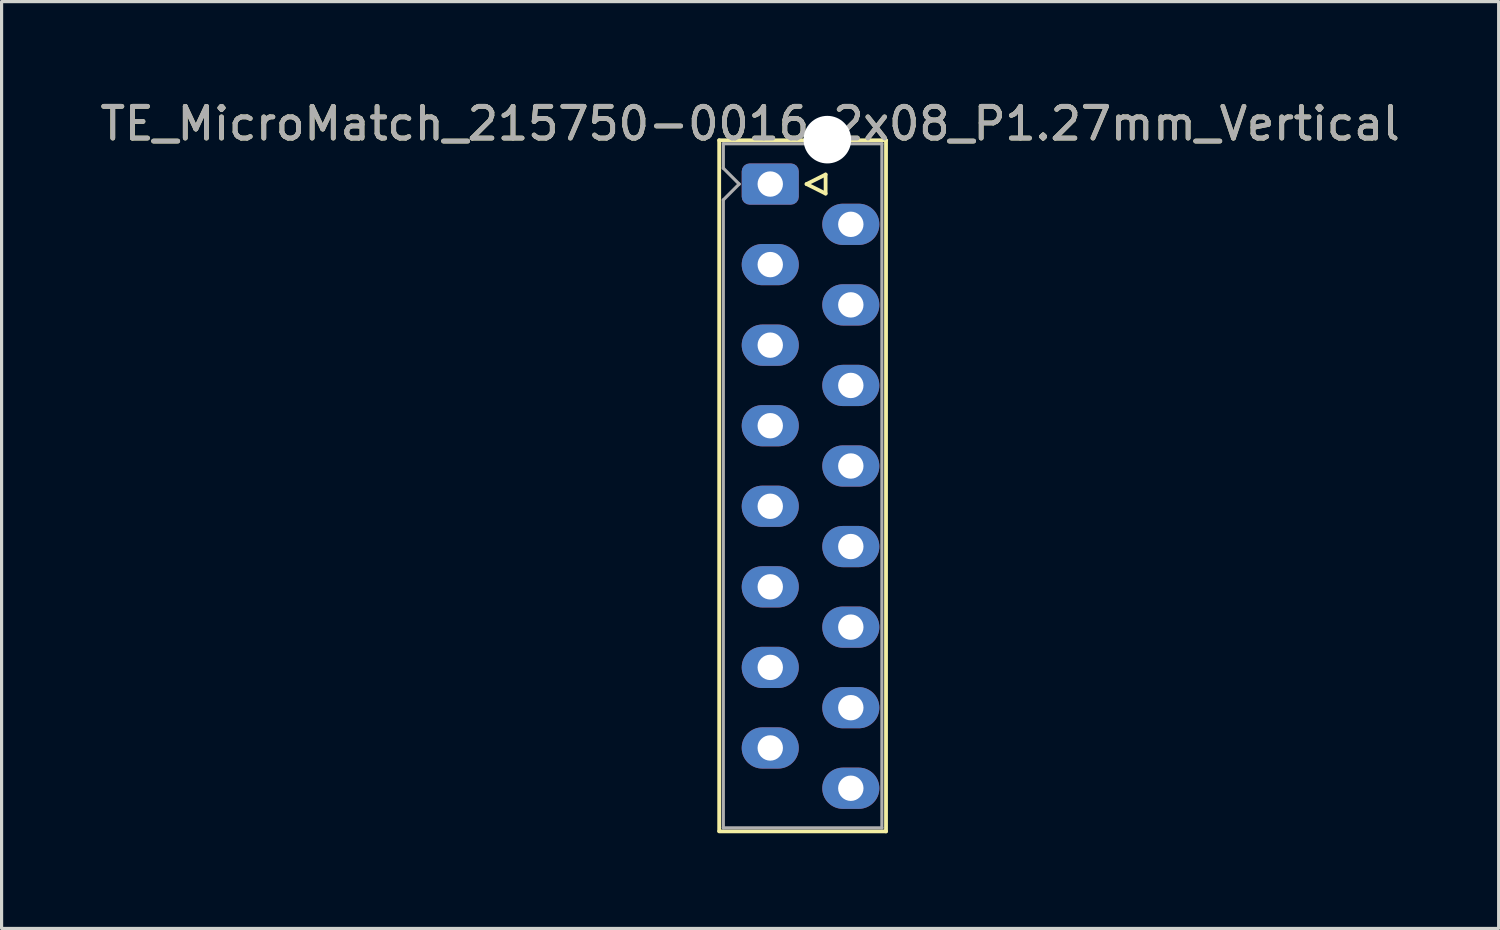
<source format=kicad_pcb>
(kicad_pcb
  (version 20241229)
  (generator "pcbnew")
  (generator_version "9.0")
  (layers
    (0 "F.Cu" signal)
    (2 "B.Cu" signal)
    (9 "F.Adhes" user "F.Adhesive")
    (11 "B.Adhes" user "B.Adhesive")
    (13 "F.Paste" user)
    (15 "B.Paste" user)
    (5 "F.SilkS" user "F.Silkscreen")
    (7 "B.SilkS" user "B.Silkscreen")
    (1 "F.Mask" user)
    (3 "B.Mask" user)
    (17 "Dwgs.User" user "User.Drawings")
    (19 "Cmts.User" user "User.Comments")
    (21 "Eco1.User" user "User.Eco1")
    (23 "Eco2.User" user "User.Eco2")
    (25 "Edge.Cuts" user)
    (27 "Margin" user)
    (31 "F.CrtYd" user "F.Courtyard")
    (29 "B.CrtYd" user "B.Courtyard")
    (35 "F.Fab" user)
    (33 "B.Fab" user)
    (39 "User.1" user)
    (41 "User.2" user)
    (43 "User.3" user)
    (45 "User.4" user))
  (footprint "TE_MicroMatch_215750-0016_2x08_P1.27mm_Vertical"
    (layer "F.Cu")
    (at 21.236 2.753)
    (property "Reference" "TE_MicroMatch_215750-0016_2x08_P1.27mm_Vertical" (at -0.635 -1.905 180) (layer "F.SilkS") (effects (font (size 1 1) (thickness 0.15))))
    (attr through_hole)
    (fp_line (start -1.61 -1.38) (end -1.61 20.4) (stroke (width 0.12) (type solid)) (layer "F.SilkS"))
    (fp_line (start -1.61 -1.38) (end 3.65 -1.38) (stroke (width 0.12) (type solid)) (layer "F.SilkS"))
    (fp_line (start 1.145 0) (end 1.745 0.3) (stroke (width 0.12) (type solid)) (layer "F.SilkS"))
    (fp_line (start 1.745 -0.3) (end 1.145 0) (stroke (width 0.12) (type solid)) (layer "F.SilkS"))
    (fp_line (start 1.745 0.3) (end 1.745 -0.3) (stroke (width 0.12) (type solid)) (layer "F.SilkS"))
    (fp_line (start 3.65 -1.38) (end 3.65 20.41) (stroke (width 0.12) (type solid)) (layer "F.SilkS"))
    (fp_line (start 3.65 20.41) (end -1.61 20.41) (stroke (width 0.12) (type solid)) (layer "F.SilkS"))
    (fp_line (start -1.48 -1.27) (end -1.48 -0.5) (stroke (width 0.1) (type solid)) (layer "F.Fab"))
    (fp_line (start -1.48 -1.27) (end 3.52 -1.27) (stroke (width 0.1) (type solid)) (layer "F.Fab"))
    (fp_line (start -1.48 -0.5) (end -0.98 0) (stroke (width 0.1) (type solid)) (layer "F.Fab"))
    (fp_line (start -1.48 0.5) (end -1.48 20.3) (stroke (width 0.1) (type solid)) (layer "F.Fab"))
    (fp_line (start -0.98 0) (end -1.48 0.5) (stroke (width 0.1) (type solid)) (layer "F.Fab"))
    (fp_line (start 3.52 -1.27) (end 3.52 20.3) (stroke (width 0.1) (type solid)) (layer "F.Fab"))
    (fp_line (start 3.52 20.3) (end -1.48 20.3) (stroke (width 0.1) (type solid)) (layer "F.Fab"))
    (fp_text user "${REFERENCE}" (at -0.635 -1.905 0) (layer "F.Fab") (effects (font (size 1 1) (thickness 0.15))))
    (pad "" np_thru_hole circle (at 1.8 -1.4) (size 1.5 1.5) (drill 1.5) (layers "*.Cu" "*.Mask"))
    (pad "1" thru_hole roundrect (at 0 0) (size 1.8 1.3) (drill 0.8) (layers "*.Cu" "*.Mask") (roundrect_rratio 0.192))
    (pad "2" thru_hole oval (at 2.54 1.27) (size 1.8 1.3) (drill 0.8) (layers "*.Cu" "*.Mask"))
    (pad "3" thru_hole oval (at 0 2.54) (size 1.8 1.3) (drill 0.8) (layers "*.Cu" "*.Mask"))
    (pad "4" thru_hole oval (at 2.54 3.81) (size 1.8 1.3) (drill 0.8) (layers "*.Cu" "*.Mask"))
    (pad "5" thru_hole oval (at 0 5.08) (size 1.8 1.3) (drill 0.8) (layers "*.Cu" "*.Mask"))
    (pad "6" thru_hole oval (at 2.54 6.35) (size 1.8 1.3) (drill 0.8) (layers "*.Cu" "*.Mask"))
    (pad "7" thru_hole oval (at 0 7.62) (size 1.8 1.3) (drill 0.8) (layers "*.Cu" "*.Mask"))
    (pad "8" thru_hole oval (at 2.54 8.89) (size 1.8 1.3) (drill 0.8) (layers "*.Cu" "*.Mask"))
    (pad "9" thru_hole oval (at 0 10.16) (size 1.8 1.3) (drill 0.8) (layers "*.Cu" "*.Mask"))
    (pad "10" thru_hole oval (at 2.54 11.43) (size 1.8 1.3) (drill 0.8) (layers "*.Cu" "*.Mask"))
    (pad "11" thru_hole oval (at 0 12.7) (size 1.8 1.3) (drill 0.8) (layers "*.Cu" "*.Mask"))
    (pad "12" thru_hole oval (at 2.54 13.97) (size 1.8 1.3) (drill 0.8) (layers "*.Cu" "*.Mask"))
    (pad "13" thru_hole oval (at 0 15.24) (size 1.8 1.3) (drill 0.8) (layers "*.Cu" "*.Mask"))
    (pad "14" thru_hole oval (at 2.54 16.51) (size 1.8 1.3) (drill 0.8) (layers "*.Cu" "*.Mask"))
    (pad "15" thru_hole oval (at 0 17.78) (size 1.8 1.3) (drill 0.8) (layers "*.Cu" "*.Mask"))
    (pad "16" thru_hole oval (at 2.54 19.05) (size 1.8 1.3) (drill 0.8) (layers "*.Cu" "*.Mask")))
  (gr_rect
    (start -3 -3)
    (end 44.202 26.223)
    (stroke (width 0.1) (type default))
    (fill no)
    (layer "Edge.Cuts")))
</source>
